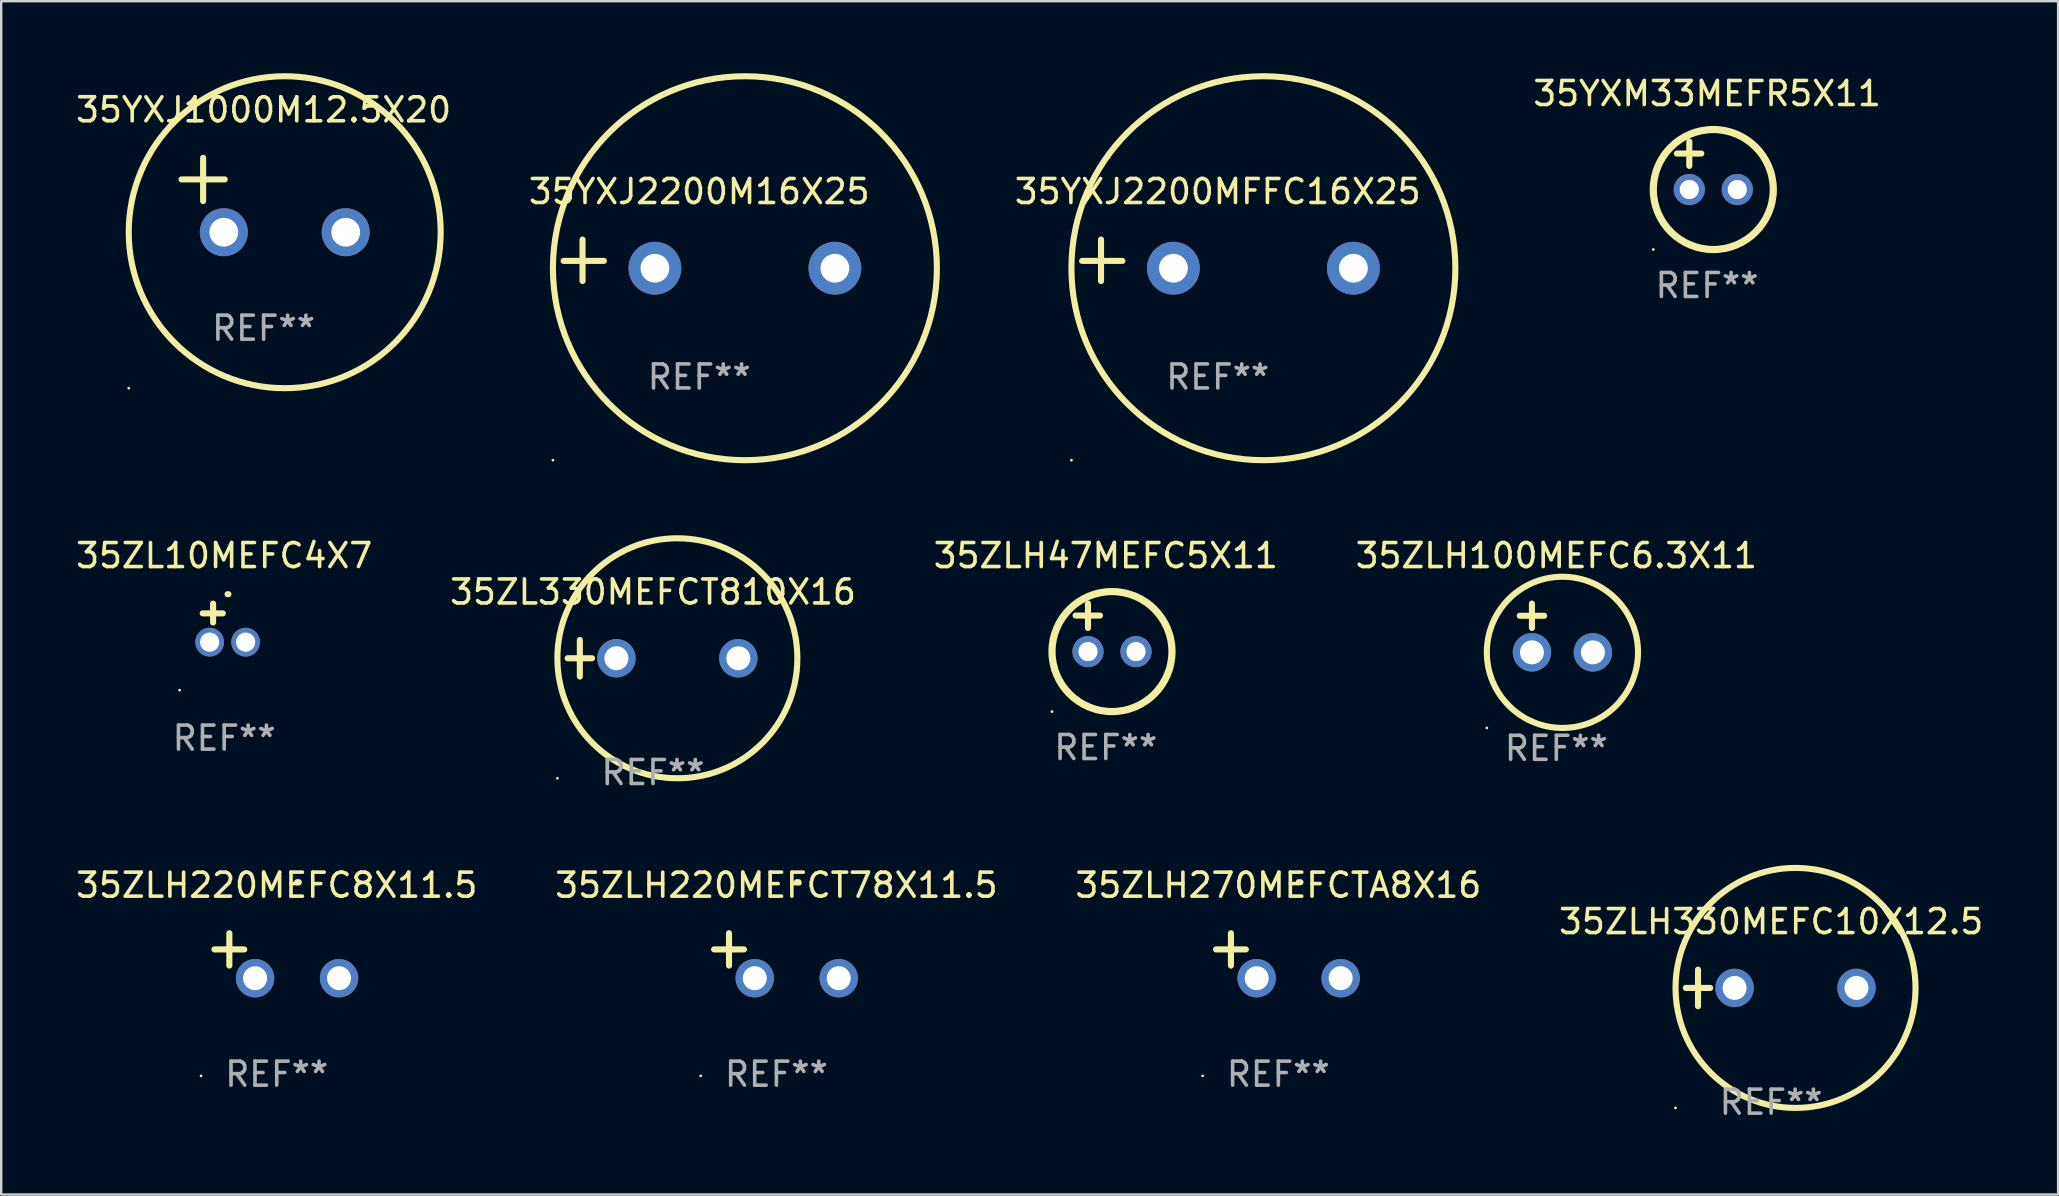
<source format=kicad_pcb>
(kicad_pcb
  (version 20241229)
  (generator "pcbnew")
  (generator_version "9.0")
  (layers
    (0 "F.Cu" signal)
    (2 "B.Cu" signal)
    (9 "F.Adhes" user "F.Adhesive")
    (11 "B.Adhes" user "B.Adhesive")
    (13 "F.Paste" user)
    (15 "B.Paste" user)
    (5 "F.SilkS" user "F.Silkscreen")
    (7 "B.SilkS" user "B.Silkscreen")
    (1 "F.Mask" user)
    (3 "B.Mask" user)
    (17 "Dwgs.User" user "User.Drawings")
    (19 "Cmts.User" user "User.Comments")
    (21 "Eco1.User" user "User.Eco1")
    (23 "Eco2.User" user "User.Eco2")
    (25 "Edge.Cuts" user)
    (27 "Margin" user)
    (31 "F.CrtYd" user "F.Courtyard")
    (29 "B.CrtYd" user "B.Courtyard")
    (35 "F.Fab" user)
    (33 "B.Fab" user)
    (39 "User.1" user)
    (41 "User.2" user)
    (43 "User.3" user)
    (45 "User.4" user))
  (footprint "35ZLH100MEFC6.3X11"
    (layer "F.Cu")
    (at 61.804 23.118)
    (property "Reference" "35ZLH100MEFC6.3X11" (at 0 -3.016 0) (layer "F.SilkS") (effects (font (size 1 1) (thickness 0.15))))
    (attr through_hole)
    (fp_line (start -1.524 -0.508) (end -0.508 -0.508) (stroke (width 0.254) (type solid)) (layer "F.SilkS"))
    (fp_line (start -1.016 -1.016) (end -1.016 0) (stroke (width 0.254) (type solid)) (layer "F.SilkS"))
    (fp_circle (center -2.896 4.166) (end -2.866 4.166) (stroke (width 0.06) (type solid)) (fill no) (layer "F.SilkS"))
    (fp_circle (center 0.254 1.016) (end 3.404 1.016) (stroke (width 0.254) (type solid)) (fill no) (layer "F.SilkS"))
    (fp_text user "REF**" (at 0 5.016 0) (layer "F.Fab") (effects (font (size 1 1) (thickness 0.15))))
    (pad "1" thru_hole circle (at -1.016 1.016) (size 1.6 1.6) (drill 1) (layers "*.Cu" "*.Mask"))
    (pad "2" thru_hole circle (at 1.524 1.016) (size 1.6 1.6) (drill 1) (layers "*.Cu" "*.Mask")))
  (footprint "35ZL330MEFCT810X16"
    (layer "F.Cu")
    (at 24.161 24.381)
    (property "Reference" "35ZL330MEFCT810X16" (at 0 -2.762 0) (layer "F.SilkS") (effects (font (size 1 1) (thickness 0.15))))
    (attr through_hole)
    (fp_line (start -3.556 0) (end -2.54 0) (stroke (width 0.254) (type solid)) (layer "F.SilkS"))
    (fp_line (start -3.048 -0.762) (end -3.048 0.762) (stroke (width 0.254) (type solid)) (layer "F.SilkS"))
    (fp_circle (center -3.984 5) (end -3.954 5) (stroke (width 0.06) (type solid)) (fill no) (layer "F.SilkS"))
    (fp_circle (center 1.016 0) (end 6.016 0) (stroke (width 0.254) (type solid)) (fill no) (layer "F.SilkS"))
    (fp_text user "REF**" (at 0 4.762 0) (layer "F.Fab") (effects (font (size 1 1) (thickness 0.15))))
    (pad "1" thru_hole circle (at -1.524 0) (size 1.6 1.6) (drill 1) (layers "*.Cu" "*.Mask"))
    (pad "2" thru_hole circle (at 3.556 0) (size 1.6 1.6) (drill 1) (layers "*.Cu" "*.Mask")))
  (footprint "35YXJ2200M16X25"
    (layer "F.Cu")
    (at 26.089 7.797)
    (property "Reference" "35YXJ2200M16X25" (at 0 -2.864 0) (layer "F.SilkS") (effects (font (size 1 1) (thickness 0.15))))
    (attr through_hole)
    (fp_line (start -4.864 0.864) (end -4.864 -0.864) (stroke (width 0.254) (type solid)) (layer "F.SilkS"))
    (fp_line (start -3.975 0.025) (end -5.652 0.025) (stroke (width 0.254) (type solid)) (layer "F.SilkS"))
    (fp_circle (center -6.098 8.33) (end -6.068 8.33) (stroke (width 0.06) (type solid)) (fill no) (layer "F.SilkS"))
    (fp_circle (center 1.902 0.33) (end 9.902 0.33) (stroke (width 0.254) (type solid)) (fill no) (layer "F.SilkS"))
    (fp_text user "REF**" (at 0 4.864 0) (layer "F.Fab") (effects (font (size 1 1) (thickness 0.15))))
    (pad "1" thru_hole circle (at -1.848 0.33) (size 2.2 2.2) (drill 1.2) (layers "*.Cu" "*.Mask"))
    (pad "2" thru_hole circle (at 5.652 0.33) (size 2.2 2.2) (drill 1.2) (layers "*.Cu" "*.Mask")))
  (footprint "35ZLH220MEFCT78X11.5"
    (layer "F.Cu")
    (at 29.304 36.776)
    (property "Reference" "35ZLH220MEFCT78X11.5" (at 0 -2.937 0) (layer "F.SilkS") (effects (font (size 1 1) (thickness 0.15))))
    (attr through_hole)
    (fp_line (start -1.975 0.41) (end -1.975 -0.937) (stroke (width 0.254) (type solid)) (layer "F.SilkS"))
    (fp_line (start -1.353 -0.263) (end -2.597 -0.263) (stroke (width 0.254) (type solid)) (layer "F.SilkS"))
    (fp_arc (start 0.849809 -3.063957) (mid 0.885369 -3.064114) (end 0.920929 -3.063957) (stroke (width 0.254001) (type solid)) (layer "F.SilkS"))
    (fp_circle (center -3.154 5.008) (end -3.124 5.008) (stroke (width 0.06) (type solid)) (fill no) (layer "F.SilkS"))
    (fp_text user "REF**" (at 0 4.937 0) (layer "F.Fab") (effects (font (size 1 1) (thickness 0.15))))
    (pad "1" thru_hole circle (at -0.903 0.937) (size 1.6 1.6) (drill 1) (layers "*.Cu" "*.Mask"))
    (pad "2" thru_hole circle (at 2.597 0.937) (size 1.6 1.6) (drill 1) (layers "*.Cu" "*.Mask")))
  (footprint "35ZLH220MEFC8X11.5"
    (layer "F.Cu")
    (at 8.482 36.776)
    (property "Reference" "35ZLH220MEFC8X11.5" (at 0 -2.937 0) (layer "F.SilkS") (effects (font (size 1 1) (thickness 0.15))))
    (attr through_hole)
    (fp_line (start -1.975 0.41) (end -1.975 -0.937) (stroke (width 0.254) (type solid)) (layer "F.SilkS"))
    (fp_line (start -1.353 -0.263) (end -2.597 -0.263) (stroke (width 0.254) (type solid)) (layer "F.SilkS"))
    (fp_arc (start 0.849809 -3.063957) (mid 0.885369 -3.064114) (end 0.920929 -3.063957) (stroke (width 0.254001) (type solid)) (layer "F.SilkS"))
    (fp_circle (center -3.154 5.008) (end -3.124 5.008) (stroke (width 0.06) (type solid)) (fill no) (layer "F.SilkS"))
    (fp_text user "REF**" (at 0 4.937 0) (layer "F.Fab") (effects (font (size 1 1) (thickness 0.15))))
    (pad "1" thru_hole circle (at -0.903 0.937) (size 1.6 1.6) (drill 1) (layers "*.Cu" "*.Mask"))
    (pad "2" thru_hole circle (at 2.597 0.937) (size 1.6 1.6) (drill 1) (layers "*.Cu" "*.Mask")))
  (footprint "35YXM33MEFR5X11"
    (layer "F.Cu")
    (at 68.087 3.848)
    (property "Reference" "35YXM33MEFR5X11" (at 0 -3 0) (layer "F.SilkS") (effects (font (size 1 1) (thickness 0.15))))
    (attr through_hole)
    (fp_line (start -1.258 -0.5) (end -0.242 -0.5) (stroke (width 0.254) (type solid)) (layer "F.SilkS"))
    (fp_line (start -0.742 -1) (end -0.742 0.016) (stroke (width 0.254) (type solid)) (layer "F.SilkS"))
    (fp_circle (center -2.242 3.5) (end -2.212 3.5) (stroke (width 0.06) (type solid)) (fill no) (layer "F.SilkS"))
    (fp_circle (center 0.258 1) (end 2.758 1) (stroke (width 0.3) (type solid)) (fill no) (layer "F.SilkS"))
    (fp_text user "REF**" (at 0 5 0) (layer "F.Fab") (effects (font (size 1 1) (thickness 0.15))))
    (pad "1" thru_hole circle (at -0.742 1) (size 1.3 1.3) (drill 0.8) (layers "*.Cu" "*.Mask"))
    (pad "2" thru_hole circle (at 1.258 1) (size 1.3 1.3) (drill 0.8) (layers "*.Cu" "*.Mask")))
  (footprint "35YXJ2200MFFC16X25"
    (layer "F.Cu")
    (at 47.695 7.797)
    (property "Reference" "35YXJ2200MFFC16X25" (at 0 -2.864 0) (layer "F.SilkS") (effects (font (size 1 1) (thickness 0.15))))
    (attr through_hole)
    (fp_line (start -4.864 0.864) (end -4.864 -0.864) (stroke (width 0.254) (type solid)) (layer "F.SilkS"))
    (fp_line (start -3.975 0.025) (end -5.652 0.025) (stroke (width 0.254) (type solid)) (layer "F.SilkS"))
    (fp_circle (center -6.098 8.33) (end -6.068 8.33) (stroke (width 0.06) (type solid)) (fill no) (layer "F.SilkS"))
    (fp_circle (center 1.902 0.33) (end 9.902 0.33) (stroke (width 0.254) (type solid)) (fill no) (layer "F.SilkS"))
    (fp_text user "REF**" (at 0 4.864 0) (layer "F.Fab") (effects (font (size 1 1) (thickness 0.15))))
    (pad "1" thru_hole circle (at -1.848 0.33) (size 2.2 2.2) (drill 1.2) (layers "*.Cu" "*.Mask"))
    (pad "2" thru_hole circle (at 5.652 0.33) (size 2.2 2.2) (drill 1.2) (layers "*.Cu" "*.Mask")))
  (footprint "35ZLH47MEFC5X11"
    (layer "F.Cu")
    (at 43.03 23.102)
    (property "Reference" "35ZLH47MEFC5X11" (at 0 -3 0) (layer "F.SilkS") (effects (font (size 1 1) (thickness 0.15))))
    (attr through_hole)
    (fp_line (start -1.258 -0.5) (end -0.242 -0.5) (stroke (width 0.254) (type solid)) (layer "F.SilkS"))
    (fp_line (start -0.742 -1) (end -0.742 0.016) (stroke (width 0.254) (type solid)) (layer "F.SilkS"))
    (fp_circle (center -2.242 3.5) (end -2.212 3.5) (stroke (width 0.06) (type solid)) (fill no) (layer "F.SilkS"))
    (fp_circle (center 0.258 1) (end 2.758 1) (stroke (width 0.3) (type solid)) (fill no) (layer "F.SilkS"))
    (fp_text user "REF**" (at 0 5 0) (layer "F.Fab") (effects (font (size 1 1) (thickness 0.15))))
    (pad "1" thru_hole circle (at -0.742 1) (size 1.3 1.3) (drill 0.8) (layers "*.Cu" "*.Mask"))
    (pad "2" thru_hole circle (at 1.258 1) (size 1.3 1.3) (drill 0.8) (layers "*.Cu" "*.Mask")))
  (footprint "35YXJ1000M12.5X20"
    (layer "F.Cu")
    (at 7.935 5.077)
    (property "Reference" "35YXJ1000M12.5X20" (at 0 -3.55 0) (layer "F.SilkS") (effects (font (size 1 1) (thickness 0.15))))
    (attr through_hole)
    (fp_line (start -3.421 -0.65) (end -1.621 -0.65) (stroke (width 0.254) (type solid)) (layer "F.SilkS"))
    (fp_line (start -2.521 -1.55) (end -2.521 0.25) (stroke (width 0.254) (type solid)) (layer "F.SilkS"))
    (fp_circle (center -5.619 8.05) (end -5.589 8.05) (stroke (width 0.06) (type solid)) (fill no) (layer "F.SilkS"))
    (fp_circle (center 0.879 1.55) (end 7.379 1.55) (stroke (width 0.254) (type solid)) (fill no) (layer "F.SilkS"))
    (fp_text user "REF**" (at 0 5.55 0) (layer "F.Fab") (effects (font (size 1 1) (thickness 0.15))))
    (pad "1" thru_hole circle (at -1.659 1.55) (size 2 2) (drill 1.2) (layers "*.Cu" "*.Mask"))
    (pad "2" thru_hole circle (at 3.421 1.55) (size 2 2) (drill 1.2) (layers "*.Cu" "*.Mask")))
  (footprint "35ZL10MEFC4X7"
    (layer "F.Cu")
    (at 6.292 22.906)
    (property "Reference" "35ZL10MEFC4X7" (at 0 -2.803 0) (layer "F.SilkS") (effects (font (size 1 1) (thickness 0.15))))
    (attr through_hole)
    (fp_line (start -0.462 -0.016) (end -0.462 -0.803) (stroke (width 0.254) (type solid)) (layer "F.SilkS"))
    (fp_line (start -0.056 -0.397) (end -0.894 -0.397) (stroke (width 0.254) (type solid)) (layer "F.SilkS"))
    (fp_arc (start 0.142799 -1.195784) (mid 0.159309 -1.195852) (end 0.175819 -1.195784) (stroke (width 0.254001) (type solid)) (layer "F.SilkS"))
    (fp_circle (center -1.856 2.803) (end -1.826 2.803) (stroke (width 0.06) (type solid)) (fill no) (layer "F.SilkS"))
    (fp_text user "REF**" (at 0 4.803 0) (layer "F.Fab") (effects (font (size 1 1) (thickness 0.15))))
    (pad "1" thru_hole circle (at -0.606 0.803) (size 1.2 1.2) (drill 0.8) (layers "*.Cu" "*.Mask"))
    (pad "2" thru_hole circle (at 0.894 0.803) (size 1.2 1.2) (drill 0.8) (layers "*.Cu" "*.Mask")))
  (footprint "35ZLH330MEFC10X12.5"
    (layer "F.Cu")
    (at 70.756 38.118)
    (property "Reference" "35ZLH330MEFC10X12.5" (at 0 -2.762 0) (layer "F.SilkS") (effects (font (size 1 1) (thickness 0.15))))
    (attr through_hole)
    (fp_line (start -3.556 0) (end -2.54 0) (stroke (width 0.254) (type solid)) (layer "F.SilkS"))
    (fp_line (start -3.048 -0.762) (end -3.048 0.762) (stroke (width 0.254) (type solid)) (layer "F.SilkS"))
    (fp_circle (center -3.984 5) (end -3.954 5) (stroke (width 0.06) (type solid)) (fill no) (layer "F.SilkS"))
    (fp_circle (center 1.016 0) (end 6.016 0) (stroke (width 0.254) (type solid)) (fill no) (layer "F.SilkS"))
    (fp_text user "REF**" (at 0 4.762 0) (layer "F.Fab") (effects (font (size 1 1) (thickness 0.15))))
    (pad "1" thru_hole circle (at -1.524 0) (size 1.6 1.6) (drill 1) (layers "*.Cu" "*.Mask"))
    (pad "2" thru_hole circle (at 3.556 0) (size 1.6 1.6) (drill 1) (layers "*.Cu" "*.Mask")))
  (footprint "35ZLH270MEFCTA8X16"
    (layer "F.Cu")
    (at 50.22 36.776)
    (property "Reference" "35ZLH270MEFCTA8X16" (at 0 -2.937 0) (layer "F.SilkS") (effects (font (size 1 1) (thickness 0.15))))
    (attr through_hole)
    (fp_line (start -1.975 0.41) (end -1.975 -0.937) (stroke (width 0.254) (type solid)) (layer "F.SilkS"))
    (fp_line (start -1.353 -0.263) (end -2.597 -0.263) (stroke (width 0.254) (type solid)) (layer "F.SilkS"))
    (fp_arc (start 0.849809 -3.063957) (mid 0.885369 -3.064114) (end 0.920929 -3.063957) (stroke (width 0.254001) (type solid)) (layer "F.SilkS"))
    (fp_circle (center -3.154 5.008) (end -3.124 5.008) (stroke (width 0.06) (type solid)) (fill no) (layer "F.SilkS"))
    (fp_text user "REF**" (at 0 4.937 0) (layer "F.Fab") (effects (font (size 1 1) (thickness 0.15))))
    (pad "1" thru_hole circle (at -0.903 0.937) (size 1.6 1.6) (drill 1) (layers "*.Cu" "*.Mask"))
    (pad "2" thru_hole circle (at 2.597 0.937) (size 1.6 1.6) (drill 1) (layers "*.Cu" "*.Mask")))
  (gr_rect
    (start -3 -3)
    (end 82.714 46.729)
    (stroke (width 0.1) (type default))
    (fill no)
    (layer "Edge.Cuts")))
</source>
